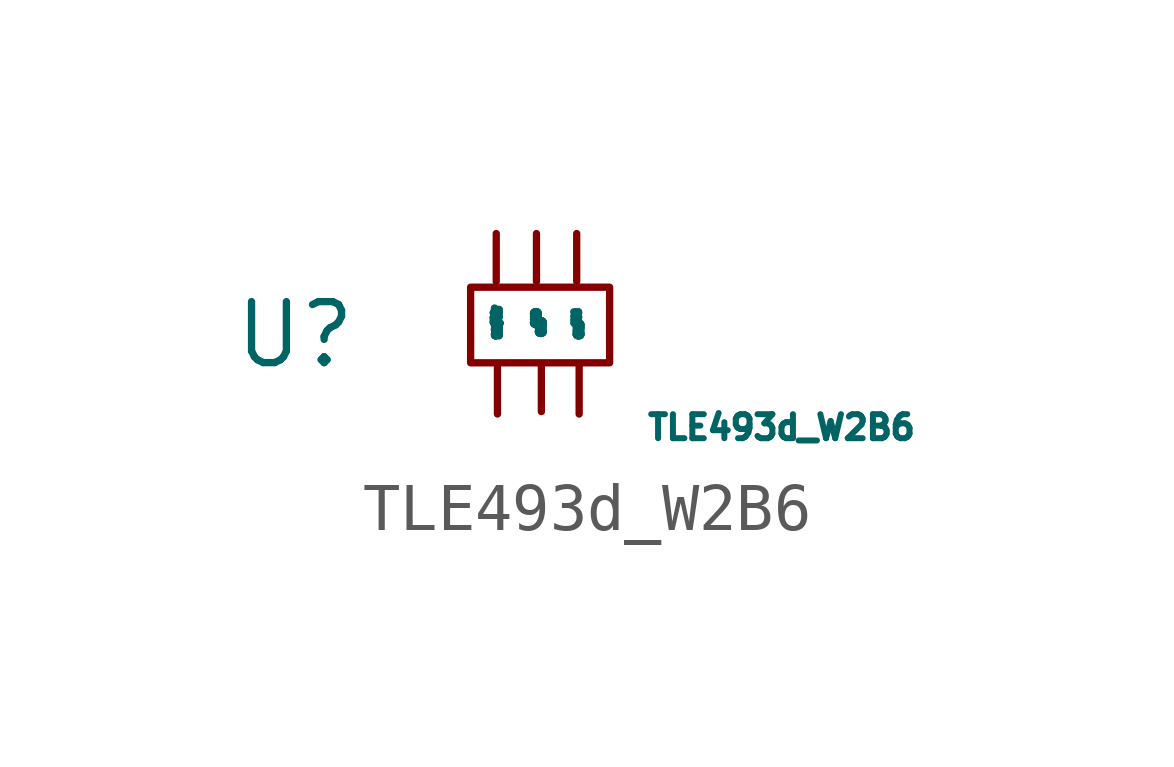
<source format=kicad_sym>
(kicad_symbol_lib
  (version 20211014)
  (generator kicad_symbol_editor)
  (symbol "TLE493d_W2B6"
    (property "Reference" "U"
      (at -5.283 0.025 0)
      (effects (font (size 1.27 1.27))))
    (property "Value" "TLE493d_W2B6"
      (at 4.851 -1.905 0)
      (effects (font (size 0.5 0.5))))
    (symbol "TLE493d_W2B6_0_1"
      (rectangle (start -1.626 1.016) (end 1.27 -0.559) (stroke (width 0) (type default) (color 0 0 0 0)) (fill (type none))))
    (symbol "TLE493d_W2B6_1_1"
      (pin power_in line (at -0.254 2.134 270) (length 1) (name "GND" (effects (font (size 0.1 0.1)))) (number "" (effects (font (size 1 1)))))
      (pin power_in line (at -0.152 -1.575 90) (length 1) (name "GND" (effects (font (size 0.1 0.1)))) (number "" (effects (font (size 1 1)))))
      (pin power_in line (at 0.635 -1.626 90) (length 1) (name "GND" (effects (font (size 0.1 0.1)))) (number "" (effects (font (size 1 1)))))
      (pin input line (at -1.067 -1.626 90) (length 1) (name "SCL/INT" (effects (font (size 0.1 0.1)))) (number "" (effects (font (size 1 1)))))
      (pin bidirectional line (at -1.092 2.134 270) (length 1) (name "SDA" (effects (font (size 0.1 0.1)))) (number "" (effects (font (size 1 1)))))
      (pin power_in line (at 0.584 2.134 270) (length 1) (name "Vdd" (effects (font (size 0.1 0.1)))) (number "" (effects (font (size 1 1))))))))
</source>
